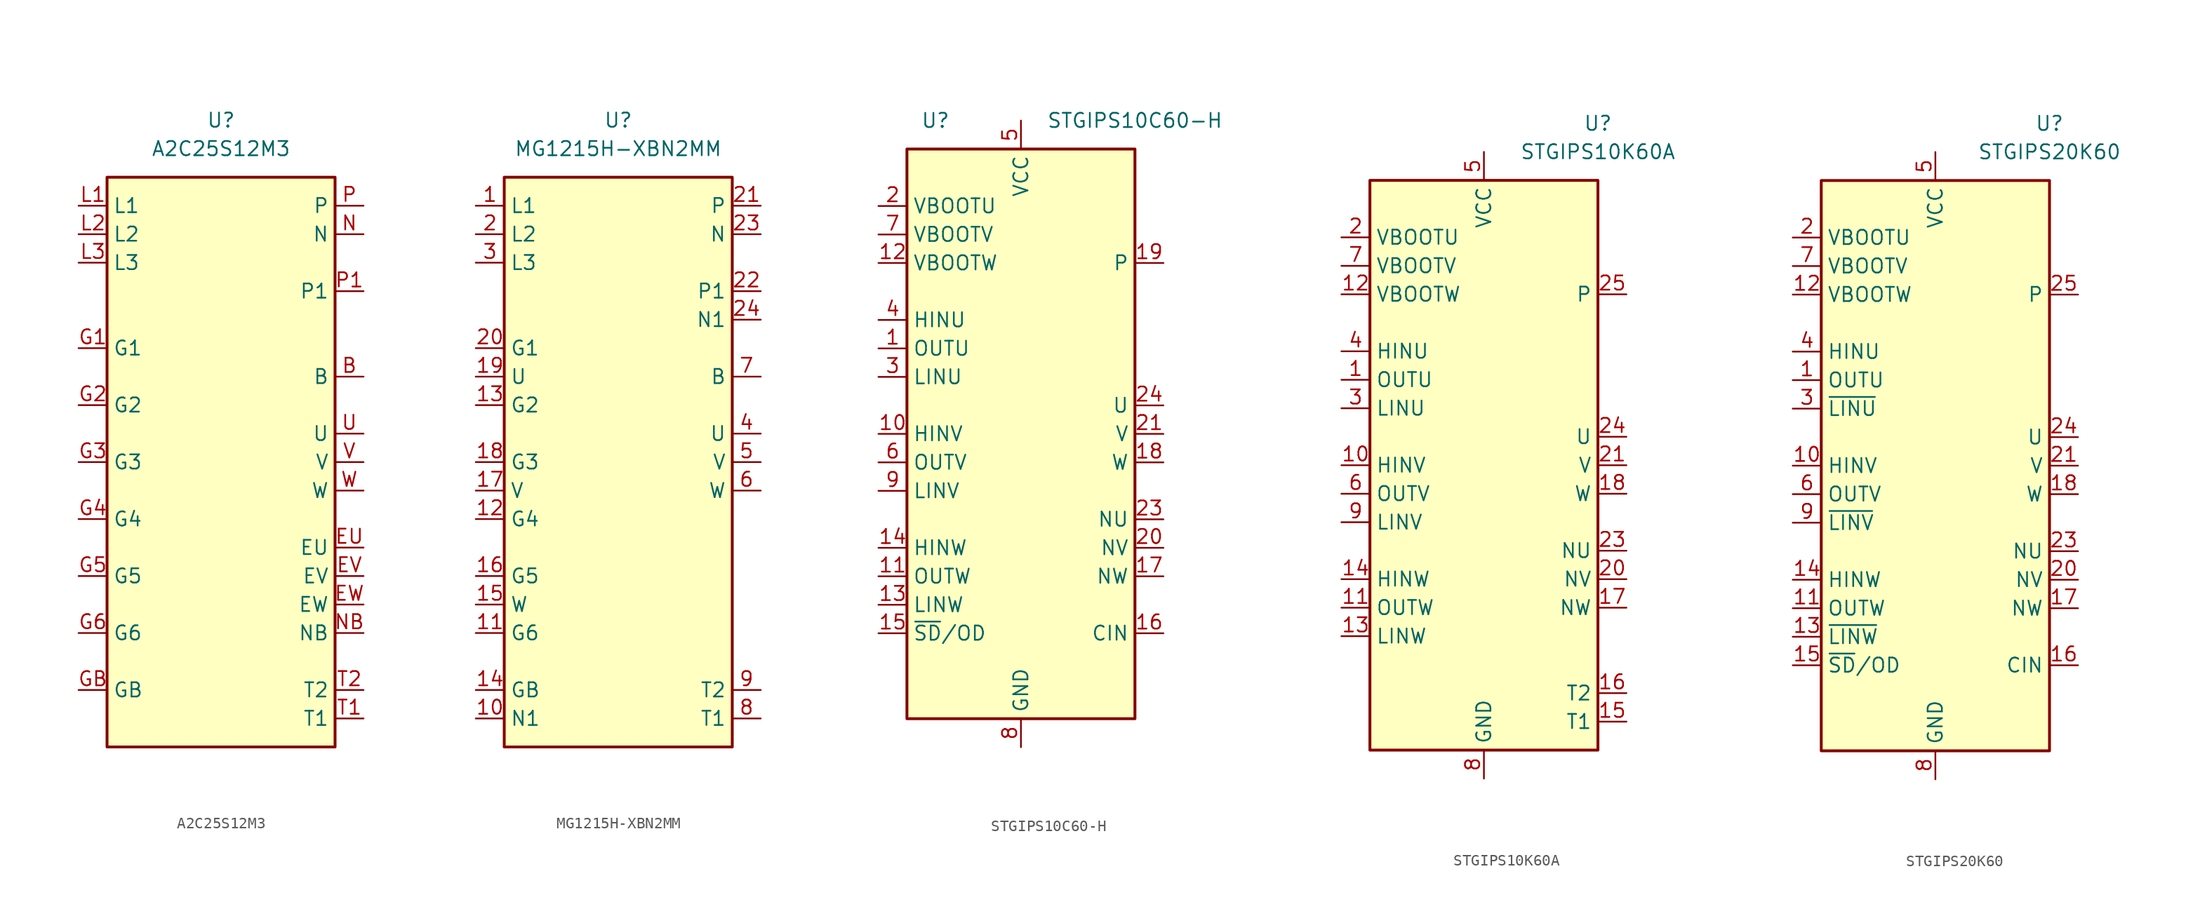
<source format=kicad_sym>
(kicad_symbol_lib
  (version 20211014)
  (generator kicad_symbol_editor)
  (symbol "A2C25S12M3"
    (property "Reference" "U"
      (at 0 30.48 0)
      (effects (font (size 1.27 1.27))))
    (property "Value" "A2C25S12M3"
      (at 0 27.94 0)
      (effects (font (size 1.27 1.27))))
    (symbol "A2C25S12M3_1_1"
      (rectangle (start -10.16 25.4) (end 10.16 -25.4) (stroke (width 0.254) (type default) (color 0 0 0 0)) (fill (type background)))
      (pin passive line (at 12.7 7.62 180) (length 2.54) (name "B" (effects (font (size 1.27 1.27)))) (number "B" (effects (font (size 1.27 1.27)))))
      (pin passive line (at 12.7 -7.62 180) (length 2.54) (name "EU" (effects (font (size 1.27 1.27)))) (number "EU" (effects (font (size 1.27 1.27)))))
      (pin passive line (at 12.7 -10.16 180) (length 2.54) (name "EV" (effects (font (size 1.27 1.27)))) (number "EV" (effects (font (size 1.27 1.27)))))
      (pin passive line (at 12.7 -12.7 180) (length 2.54) (name "EW" (effects (font (size 1.27 1.27)))) (number "EW" (effects (font (size 1.27 1.27)))))
      (pin passive line (at -12.7 10.16 0) (length 2.54) (name "G1" (effects (font (size 1.27 1.27)))) (number "G1" (effects (font (size 1.27 1.27)))))
      (pin passive line (at -12.7 5.08 0) (length 2.54) (name "G2" (effects (font (size 1.27 1.27)))) (number "G2" (effects (font (size 1.27 1.27)))))
      (pin passive line (at -12.7 0 0) (length 2.54) (name "G3" (effects (font (size 1.27 1.27)))) (number "G3" (effects (font (size 1.27 1.27)))))
      (pin passive line (at -12.7 -5.08 0) (length 2.54) (name "G4" (effects (font (size 1.27 1.27)))) (number "G4" (effects (font (size 1.27 1.27)))))
      (pin passive line (at -12.7 -10.16 0) (length 2.54) (name "G5" (effects (font (size 1.27 1.27)))) (number "G5" (effects (font (size 1.27 1.27)))))
      (pin passive line (at -12.7 -15.24 0) (length 2.54) (name "G6" (effects (font (size 1.27 1.27)))) (number "G6" (effects (font (size 1.27 1.27)))))
      (pin passive line (at -12.7 -20.32 0) (length 2.54) (name "GB" (effects (font (size 1.27 1.27)))) (number "GB" (effects (font (size 1.27 1.27)))))
      (pin passive line (at -12.7 22.86 0) (length 2.54) (name "L1" (effects (font (size 1.27 1.27)))) (number "L1" (effects (font (size 1.27 1.27)))))
      (pin passive line (at -12.7 20.32 0) (length 2.54) (name "L2" (effects (font (size 1.27 1.27)))) (number "L2" (effects (font (size 1.27 1.27)))))
      (pin passive line (at -12.7 17.78 0) (length 2.54) (name "L3" (effects (font (size 1.27 1.27)))) (number "L3" (effects (font (size 1.27 1.27)))))
      (pin passive line (at 12.7 20.32 180) (length 2.54) (name "N" (effects (font (size 1.27 1.27)))) (number "N" (effects (font (size 1.27 1.27)))))
      (pin passive line (at 12.7 -15.24 180) (length 2.54) (name "NB" (effects (font (size 1.27 1.27)))) (number "NB" (effects (font (size 1.27 1.27)))))
      (pin passive line (at 12.7 22.86 180) (length 2.54) (name "P" (effects (font (size 1.27 1.27)))) (number "P" (effects (font (size 1.27 1.27)))))
      (pin passive line (at 12.7 15.24 180) (length 2.54) (name "P1" (effects (font (size 1.27 1.27)))) (number "P1" (effects (font (size 1.27 1.27)))))
      (pin passive line (at 12.7 -22.86 180) (length 2.54) (name "T1" (effects (font (size 1.27 1.27)))) (number "T1" (effects (font (size 1.27 1.27)))))
      (pin passive line (at 12.7 -20.32 180) (length 2.54) (name "T2" (effects (font (size 1.27 1.27)))) (number "T2" (effects (font (size 1.27 1.27)))))
      (pin passive line (at 12.7 2.54 180) (length 2.54) (name "U" (effects (font (size 1.27 1.27)))) (number "U" (effects (font (size 1.27 1.27)))))
      (pin passive line (at 12.7 0 180) (length 2.54) (name "V" (effects (font (size 1.27 1.27)))) (number "V" (effects (font (size 1.27 1.27)))))
      (pin passive line (at 12.7 -2.54 180) (length 2.54) (name "W" (effects (font (size 1.27 1.27)))) (number "W" (effects (font (size 1.27 1.27)))))))
  (symbol "MG1215H-XBN2MM"
    (property "Reference" "U"
      (at 0 30.48 0)
      (effects (font (size 1.27 1.27))))
    (property "Value" "MG1215H-XBN2MM"
      (at 0 27.94 0)
      (effects (font (size 1.27 1.27))))
    (symbol "MG1215H-XBN2MM_1_1"
      (rectangle (start -10.16 25.4) (end 10.16 -25.4) (stroke (width 0.254) (type default) (color 0 0 0 0)) (fill (type background)))
      (pin passive line (at -12.7 22.86 0) (length 2.54) (name "L1" (effects (font (size 1.27 1.27)))) (number "1" (effects (font (size 1.27 1.27)))))
      (pin passive line (at -12.7 -22.86 0) (length 2.54) (name "N1" (effects (font (size 1.27 1.27)))) (number "10" (effects (font (size 1.27 1.27)))))
      (pin passive line (at -12.7 -15.24 0) (length 2.54) (name "G6" (effects (font (size 1.27 1.27)))) (number "11" (effects (font (size 1.27 1.27)))))
      (pin passive line (at -12.7 -5.08 0) (length 2.54) (name "G4" (effects (font (size 1.27 1.27)))) (number "12" (effects (font (size 1.27 1.27)))))
      (pin passive line (at -12.7 5.08 0) (length 2.54) (name "G2" (effects (font (size 1.27 1.27)))) (number "13" (effects (font (size 1.27 1.27)))))
      (pin passive line (at -12.7 -20.32 0) (length 2.54) (name "GB" (effects (font (size 1.27 1.27)))) (number "14" (effects (font (size 1.27 1.27)))))
      (pin passive line (at -12.7 -12.7 0) (length 2.54) (name "W" (effects (font (size 1.27 1.27)))) (number "15" (effects (font (size 1.27 1.27)))))
      (pin passive line (at -12.7 -10.16 0) (length 2.54) (name "G5" (effects (font (size 1.27 1.27)))) (number "16" (effects (font (size 1.27 1.27)))))
      (pin passive line (at -12.7 -2.54 0) (length 2.54) (name "V" (effects (font (size 1.27 1.27)))) (number "17" (effects (font (size 1.27 1.27)))))
      (pin passive line (at -12.7 0 0) (length 2.54) (name "G3" (effects (font (size 1.27 1.27)))) (number "18" (effects (font (size 1.27 1.27)))))
      (pin passive line (at -12.7 7.62 0) (length 2.54) (name "U" (effects (font (size 1.27 1.27)))) (number "19" (effects (font (size 1.27 1.27)))))
      (pin passive line (at -12.7 20.32 0) (length 2.54) (name "L2" (effects (font (size 1.27 1.27)))) (number "2" (effects (font (size 1.27 1.27)))))
      (pin passive line (at -12.7 10.16 0) (length 2.54) (name "G1" (effects (font (size 1.27 1.27)))) (number "20" (effects (font (size 1.27 1.27)))))
      (pin passive line (at 12.7 22.86 180) (length 2.54) (name "P" (effects (font (size 1.27 1.27)))) (number "21" (effects (font (size 1.27 1.27)))))
      (pin passive line (at 12.7 15.24 180) (length 2.54) (name "P1" (effects (font (size 1.27 1.27)))) (number "22" (effects (font (size 1.27 1.27)))))
      (pin passive line (at 12.7 20.32 180) (length 2.54) (name "N" (effects (font (size 1.27 1.27)))) (number "23" (effects (font (size 1.27 1.27)))))
      (pin passive line (at 12.7 12.7 180) (length 2.54) (name "N1" (effects (font (size 1.27 1.27)))) (number "24" (effects (font (size 1.27 1.27)))))
      (pin passive line (at -12.7 17.78 0) (length 2.54) (name "L3" (effects (font (size 1.27 1.27)))) (number "3" (effects (font (size 1.27 1.27)))))
      (pin passive line (at 12.7 2.54 180) (length 2.54) (name "U" (effects (font (size 1.27 1.27)))) (number "4" (effects (font (size 1.27 1.27)))))
      (pin passive line (at 12.7 0 180) (length 2.54) (name "V" (effects (font (size 1.27 1.27)))) (number "5" (effects (font (size 1.27 1.27)))))
      (pin passive line (at 12.7 -2.54 180) (length 2.54) (name "W" (effects (font (size 1.27 1.27)))) (number "6" (effects (font (size 1.27 1.27)))))
      (pin passive line (at 12.7 7.62 180) (length 2.54) (name "B" (effects (font (size 1.27 1.27)))) (number "7" (effects (font (size 1.27 1.27)))))
      (pin passive line (at 12.7 -22.86 180) (length 2.54) (name "T1" (effects (font (size 1.27 1.27)))) (number "8" (effects (font (size 1.27 1.27)))))
      (pin passive line (at 12.7 -20.32 180) (length 2.54) (name "T2" (effects (font (size 1.27 1.27)))) (number "9" (effects (font (size 1.27 1.27)))))))
  (symbol "STGIPS10C60-H"
    (property "Reference" "U"
      (at -7.62 27.94 0)
      (effects (font (size 1.27 1.27))))
    (property "Value" "STGIPS10C60-H"
      (at 10.16 27.94 0)
      (effects (font (size 1.27 1.27))))
    (symbol "STGIPS10C60-H_1_1"
      (rectangle (start -10.16 25.4) (end 10.16 -25.4) (stroke (width 0.254) (type default) (color 0 0 0 0)) (fill (type background)))
      (pin output line (at -12.7 7.62 0) (length 2.54) (name "OUTU" (effects (font (size 1.27 1.27)))) (number "1" (effects (font (size 1.27 1.27)))))
      (pin input line (at -12.7 0 0) (length 2.54) (name "HINV" (effects (font (size 1.27 1.27)))) (number "10" (effects (font (size 1.27 1.27)))))
      (pin output line (at -12.7 -12.7 0) (length 2.54) (name "OUTW" (effects (font (size 1.27 1.27)))) (number "11" (effects (font (size 1.27 1.27)))))
      (pin passive line (at -12.7 15.24 0) (length 2.54) (name "VBOOTW" (effects (font (size 1.27 1.27)))) (number "12" (effects (font (size 1.27 1.27)))))
      (pin input line (at -12.7 -15.24 0) (length 2.54) (name "LINW" (effects (font (size 1.27 1.27)))) (number "13" (effects (font (size 1.27 1.27)))))
      (pin input line (at -12.7 -10.16 0) (length 2.54) (name "HINW" (effects (font (size 1.27 1.27)))) (number "14" (effects (font (size 1.27 1.27)))))
      (pin input line (at -12.7 -17.78 0) (length 2.54) (name "~{SD}/OD" (effects (font (size 1.27 1.27)))) (number "15" (effects (font (size 1.27 1.27)))))
      (pin input line (at 12.7 -17.78 180) (length 2.54) (name "CIN" (effects (font (size 1.27 1.27)))) (number "16" (effects (font (size 1.27 1.27)))))
      (pin passive line (at 12.7 -12.7 180) (length 2.54) (name "NW" (effects (font (size 1.27 1.27)))) (number "17" (effects (font (size 1.27 1.27)))))
      (pin passive line (at 12.7 -2.54 180) (length 2.54) (name "W" (effects (font (size 1.27 1.27)))) (number "18" (effects (font (size 1.27 1.27)))))
      (pin passive line (at 12.7 15.24 180) (length 2.54) (name "P" (effects (font (size 1.27 1.27)))) (number "19" (effects (font (size 1.27 1.27)))))
      (pin passive line (at -12.7 20.32 0) (length 2.54) (name "VBOOTU" (effects (font (size 1.27 1.27)))) (number "2" (effects (font (size 1.27 1.27)))))
      (pin passive line (at 12.7 -10.16 180) (length 2.54) (name "NV" (effects (font (size 1.27 1.27)))) (number "20" (effects (font (size 1.27 1.27)))))
      (pin passive line (at 12.7 0 180) (length 2.54) (name "V" (effects (font (size 1.27 1.27)))) (number "21" (effects (font (size 1.27 1.27)))))
      (pin passive line (at 12.7 15.24 180) (length 2.54) hide (name "P" (effects (font (size 1.27 1.27)))) (number "22" (effects (font (size 1.27 1.27)))))
      (pin passive line (at 12.7 -7.62 180) (length 2.54) (name "NU" (effects (font (size 1.27 1.27)))) (number "23" (effects (font (size 1.27 1.27)))))
      (pin passive line (at 12.7 2.54 180) (length 2.54) (name "U" (effects (font (size 1.27 1.27)))) (number "24" (effects (font (size 1.27 1.27)))))
      (pin passive line (at 12.7 15.24 180) (length 2.54) hide (name "P" (effects (font (size 1.27 1.27)))) (number "25" (effects (font (size 1.27 1.27)))))
      (pin input line (at -12.7 5.08 0) (length 2.54) (name "LINU" (effects (font (size 1.27 1.27)))) (number "3" (effects (font (size 1.27 1.27)))))
      (pin input line (at -12.7 10.16 0) (length 2.54) (name "HINU" (effects (font (size 1.27 1.27)))) (number "4" (effects (font (size 1.27 1.27)))))
      (pin power_in line (at 0 27.94 270) (length 2.54) (name "VCC" (effects (font (size 1.27 1.27)))) (number "5" (effects (font (size 1.27 1.27)))))
      (pin output line (at -12.7 -2.54 0) (length 2.54) (name "OUTV" (effects (font (size 1.27 1.27)))) (number "6" (effects (font (size 1.27 1.27)))))
      (pin passive line (at -12.7 17.78 0) (length 2.54) (name "VBOOTV" (effects (font (size 1.27 1.27)))) (number "7" (effects (font (size 1.27 1.27)))))
      (pin power_in line (at 0 -27.94 90) (length 2.54) (name "GND" (effects (font (size 1.27 1.27)))) (number "8" (effects (font (size 1.27 1.27)))))
      (pin input line (at -12.7 -5.08 0) (length 2.54) (name "LINV" (effects (font (size 1.27 1.27)))) (number "9" (effects (font (size 1.27 1.27)))))))
  (symbol "STGIPS10K60A"
    (property "Reference" "U"
      (at 10.16 30.48 0)
      (effects (font (size 1.27 1.27))))
    (property "Value" "STGIPS10K60A"
      (at 10.16 27.94 0)
      (effects (font (size 1.27 1.27))))
    (symbol "STGIPS10K60A_0_1"
      (rectangle (start -10.16 25.4) (end 10.16 -25.4) (stroke (width 0.254) (type default) (color 0 0 0 0)) (fill (type background))))
    (symbol "STGIPS10K60A_1_1"
      (pin output line (at -12.7 7.62 0) (length 2.54) (name "OUTU" (effects (font (size 1.27 1.27)))) (number "1" (effects (font (size 1.27 1.27)))))
      (pin input line (at -12.7 0 0) (length 2.54) (name "HINV" (effects (font (size 1.27 1.27)))) (number "10" (effects (font (size 1.27 1.27)))))
      (pin output line (at -12.7 -12.7 0) (length 2.54) (name "OUTW" (effects (font (size 1.27 1.27)))) (number "11" (effects (font (size 1.27 1.27)))))
      (pin passive line (at -12.7 15.24 0) (length 2.54) (name "VBOOTW" (effects (font (size 1.27 1.27)))) (number "12" (effects (font (size 1.27 1.27)))))
      (pin input line (at -12.7 -15.24 0) (length 2.54) (name "LINW" (effects (font (size 1.27 1.27)))) (number "13" (effects (font (size 1.27 1.27)))))
      (pin input line (at -12.7 -10.16 0) (length 2.54) (name "HINW" (effects (font (size 1.27 1.27)))) (number "14" (effects (font (size 1.27 1.27)))))
      (pin passive line (at 12.7 -22.86 180) (length 2.54) (name "T1" (effects (font (size 1.27 1.27)))) (number "15" (effects (font (size 1.27 1.27)))))
      (pin passive line (at 12.7 -20.32 180) (length 2.54) (name "T2" (effects (font (size 1.27 1.27)))) (number "16" (effects (font (size 1.27 1.27)))))
      (pin passive line (at 12.7 -12.7 180) (length 2.54) (name "NW" (effects (font (size 1.27 1.27)))) (number "17" (effects (font (size 1.27 1.27)))))
      (pin passive line (at 12.7 -2.54 180) (length 2.54) (name "W" (effects (font (size 1.27 1.27)))) (number "18" (effects (font (size 1.27 1.27)))))
      (pin passive line (at 12.7 15.24 180) (length 2.54) hide (name "P" (effects (font (size 1.27 1.27)))) (number "19" (effects (font (size 1.27 1.27)))))
      (pin passive line (at -12.7 20.32 0) (length 2.54) (name "VBOOTU" (effects (font (size 1.27 1.27)))) (number "2" (effects (font (size 1.27 1.27)))))
      (pin passive line (at 12.7 -10.16 180) (length 2.54) (name "NV" (effects (font (size 1.27 1.27)))) (number "20" (effects (font (size 1.27 1.27)))))
      (pin passive line (at 12.7 0 180) (length 2.54) (name "V" (effects (font (size 1.27 1.27)))) (number "21" (effects (font (size 1.27 1.27)))))
      (pin passive line (at 12.7 15.24 180) (length 2.54) hide (name "P" (effects (font (size 1.27 1.27)))) (number "22" (effects (font (size 1.27 1.27)))))
      (pin passive line (at 12.7 -7.62 180) (length 2.54) (name "NU" (effects (font (size 1.27 1.27)))) (number "23" (effects (font (size 1.27 1.27)))))
      (pin passive line (at 12.7 2.54 180) (length 2.54) (name "U" (effects (font (size 1.27 1.27)))) (number "24" (effects (font (size 1.27 1.27)))))
      (pin passive line (at 12.7 15.24 180) (length 2.54) (name "P" (effects (font (size 1.27 1.27)))) (number "25" (effects (font (size 1.27 1.27)))))
      (pin input line (at -12.7 5.08 0) (length 2.54) (name "LINU" (effects (font (size 1.27 1.27)))) (number "3" (effects (font (size 1.27 1.27)))))
      (pin input line (at -12.7 10.16 0) (length 2.54) (name "HINU" (effects (font (size 1.27 1.27)))) (number "4" (effects (font (size 1.27 1.27)))))
      (pin power_in line (at 0 27.94 270) (length 2.54) (name "VCC" (effects (font (size 1.27 1.27)))) (number "5" (effects (font (size 1.27 1.27)))))
      (pin output line (at -12.7 -2.54 0) (length 2.54) (name "OUTV" (effects (font (size 1.27 1.27)))) (number "6" (effects (font (size 1.27 1.27)))))
      (pin passive line (at -12.7 17.78 0) (length 2.54) (name "VBOOTV" (effects (font (size 1.27 1.27)))) (number "7" (effects (font (size 1.27 1.27)))))
      (pin power_in line (at 0 -27.94 90) (length 2.54) (name "GND" (effects (font (size 1.27 1.27)))) (number "8" (effects (font (size 1.27 1.27)))))
      (pin input line (at -12.7 -5.08 0) (length 2.54) (name "LINV" (effects (font (size 1.27 1.27)))) (number "9" (effects (font (size 1.27 1.27)))))))
  (symbol "STGIPS20K60"
    (property "Reference" "U"
      (at 10.16 30.48 0)
      (effects (font (size 1.27 1.27))))
    (property "Value" "STGIPS20K60"
      (at 10.16 27.94 0)
      (effects (font (size 1.27 1.27))))
    (symbol "STGIPS20K60_0_1"
      (rectangle (start -10.16 25.4) (end 10.16 -25.4) (stroke (width 0.254) (type default) (color 0 0 0 0)) (fill (type background))))
    (symbol "STGIPS20K60_1_1"
      (pin output line (at -12.7 7.62 0) (length 2.54) (name "OUTU" (effects (font (size 1.27 1.27)))) (number "1" (effects (font (size 1.27 1.27)))))
      (pin input line (at -12.7 0 0) (length 2.54) (name "HINV" (effects (font (size 1.27 1.27)))) (number "10" (effects (font (size 1.27 1.27)))))
      (pin output line (at -12.7 -12.7 0) (length 2.54) (name "OUTW" (effects (font (size 1.27 1.27)))) (number "11" (effects (font (size 1.27 1.27)))))
      (pin passive line (at -12.7 15.24 0) (length 2.54) (name "VBOOTW" (effects (font (size 1.27 1.27)))) (number "12" (effects (font (size 1.27 1.27)))))
      (pin input line (at -12.7 -15.24 0) (length 2.54) (name "~{LINW}" (effects (font (size 1.27 1.27)))) (number "13" (effects (font (size 1.27 1.27)))))
      (pin input line (at -12.7 -10.16 0) (length 2.54) (name "HINW" (effects (font (size 1.27 1.27)))) (number "14" (effects (font (size 1.27 1.27)))))
      (pin input line (at -12.7 -17.78 0) (length 2.54) (name "~{SD}/OD" (effects (font (size 1.27 1.27)))) (number "15" (effects (font (size 1.27 1.27)))))
      (pin input line (at 12.7 -17.78 180) (length 2.54) (name "CIN" (effects (font (size 1.27 1.27)))) (number "16" (effects (font (size 1.27 1.27)))))
      (pin passive line (at 12.7 -12.7 180) (length 2.54) (name "NW" (effects (font (size 1.27 1.27)))) (number "17" (effects (font (size 1.27 1.27)))))
      (pin passive line (at 12.7 -2.54 180) (length 2.54) (name "W" (effects (font (size 1.27 1.27)))) (number "18" (effects (font (size 1.27 1.27)))))
      (pin passive line (at 12.7 15.24 180) (length 2.54) hide (name "P" (effects (font (size 1.27 1.27)))) (number "19" (effects (font (size 1.27 1.27)))))
      (pin passive line (at -12.7 20.32 0) (length 2.54) (name "VBOOTU" (effects (font (size 1.27 1.27)))) (number "2" (effects (font (size 1.27 1.27)))))
      (pin passive line (at 12.7 -10.16 180) (length 2.54) (name "NV" (effects (font (size 1.27 1.27)))) (number "20" (effects (font (size 1.27 1.27)))))
      (pin passive line (at 12.7 0 180) (length 2.54) (name "V" (effects (font (size 1.27 1.27)))) (number "21" (effects (font (size 1.27 1.27)))))
      (pin passive line (at 12.7 15.24 180) (length 2.54) hide (name "P" (effects (font (size 1.27 1.27)))) (number "22" (effects (font (size 1.27 1.27)))))
      (pin passive line (at 12.7 -7.62 180) (length 2.54) (name "NU" (effects (font (size 1.27 1.27)))) (number "23" (effects (font (size 1.27 1.27)))))
      (pin passive line (at 12.7 2.54 180) (length 2.54) (name "U" (effects (font (size 1.27 1.27)))) (number "24" (effects (font (size 1.27 1.27)))))
      (pin passive line (at 12.7 15.24 180) (length 2.54) (name "P" (effects (font (size 1.27 1.27)))) (number "25" (effects (font (size 1.27 1.27)))))
      (pin input line (at -12.7 5.08 0) (length 2.54) (name "~{LINU}" (effects (font (size 1.27 1.27)))) (number "3" (effects (font (size 1.27 1.27)))))
      (pin input line (at -12.7 10.16 0) (length 2.54) (name "HINU" (effects (font (size 1.27 1.27)))) (number "4" (effects (font (size 1.27 1.27)))))
      (pin power_in line (at 0 27.94 270) (length 2.54) (name "VCC" (effects (font (size 1.27 1.27)))) (number "5" (effects (font (size 1.27 1.27)))))
      (pin output line (at -12.7 -2.54 0) (length 2.54) (name "OUTV" (effects (font (size 1.27 1.27)))) (number "6" (effects (font (size 1.27 1.27)))))
      (pin passive line (at -12.7 17.78 0) (length 2.54) (name "VBOOTV" (effects (font (size 1.27 1.27)))) (number "7" (effects (font (size 1.27 1.27)))))
      (pin power_in line (at 0 -27.94 90) (length 2.54) (name "GND" (effects (font (size 1.27 1.27)))) (number "8" (effects (font (size 1.27 1.27)))))
      (pin input line (at -12.7 -5.08 0) (length 2.54) (name "~{LINV}" (effects (font (size 1.27 1.27)))) (number "9" (effects (font (size 1.27 1.27))))))))
</source>
